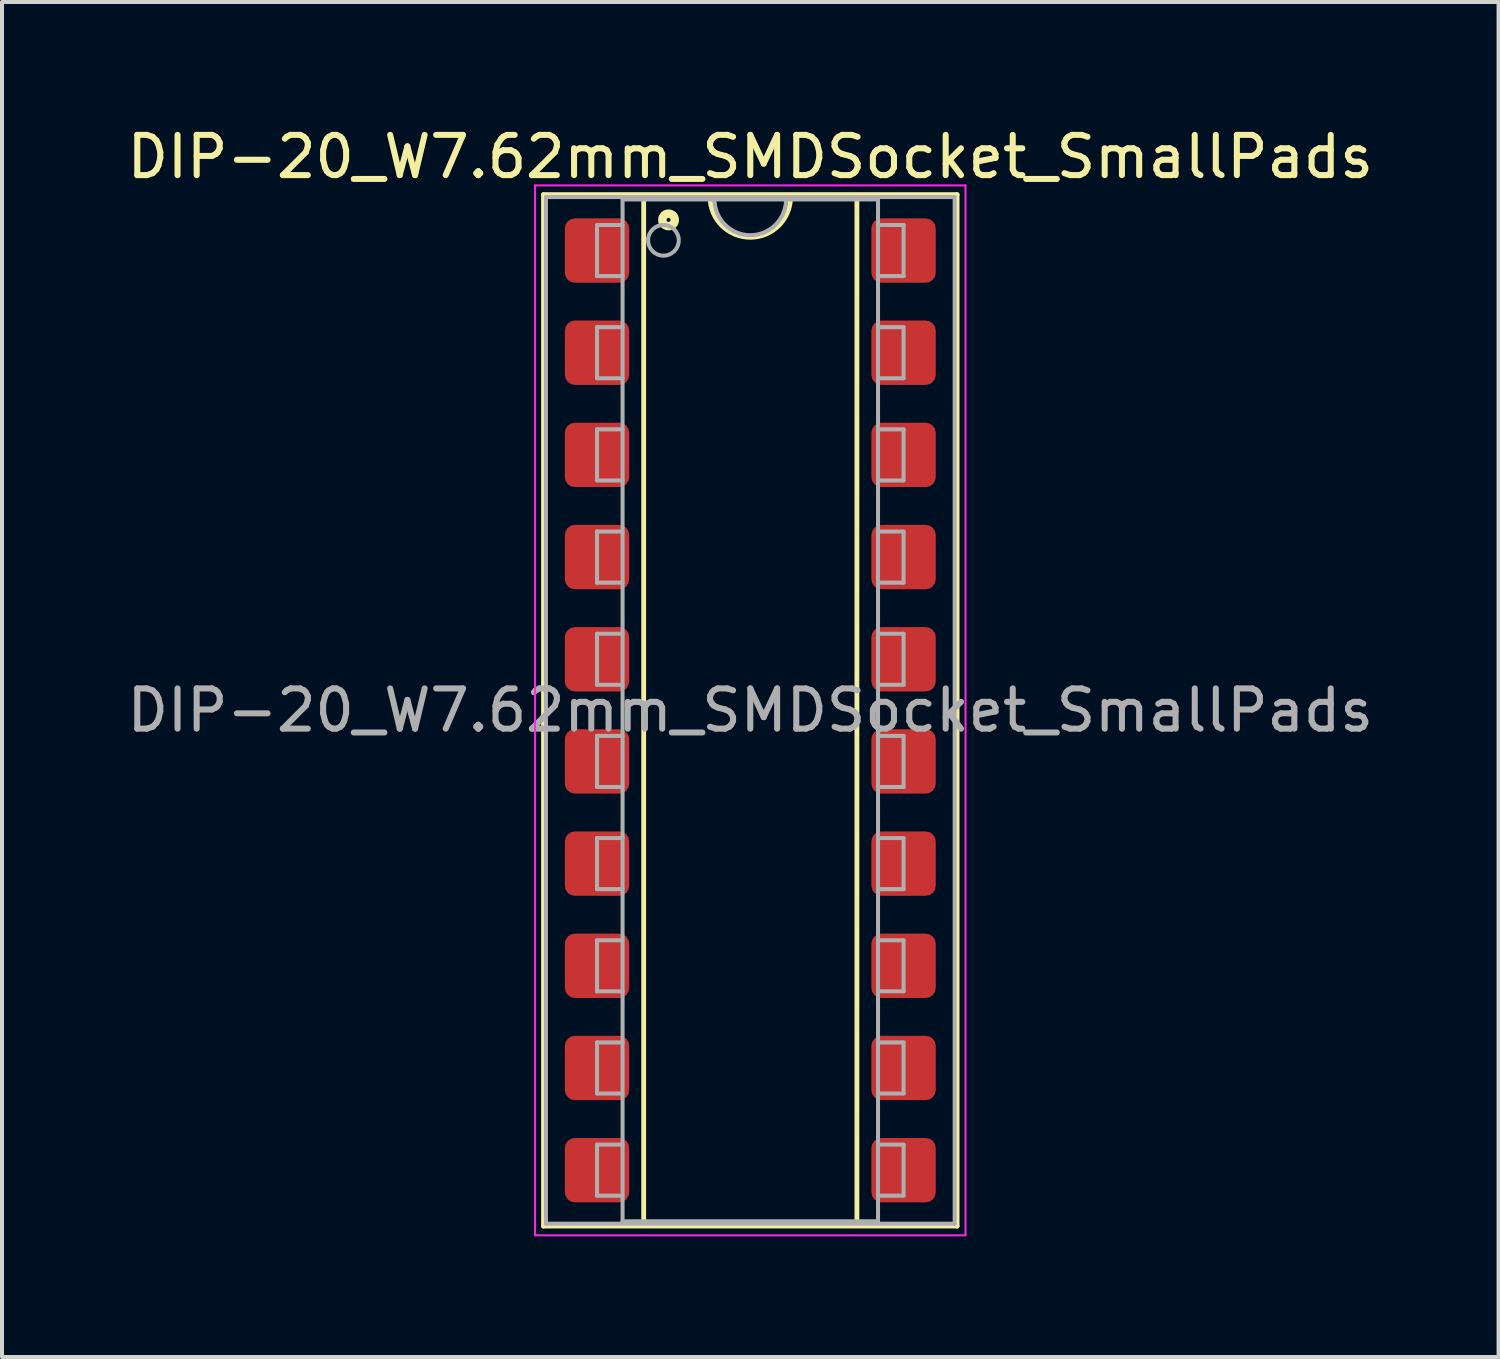
<source format=kicad_pcb>
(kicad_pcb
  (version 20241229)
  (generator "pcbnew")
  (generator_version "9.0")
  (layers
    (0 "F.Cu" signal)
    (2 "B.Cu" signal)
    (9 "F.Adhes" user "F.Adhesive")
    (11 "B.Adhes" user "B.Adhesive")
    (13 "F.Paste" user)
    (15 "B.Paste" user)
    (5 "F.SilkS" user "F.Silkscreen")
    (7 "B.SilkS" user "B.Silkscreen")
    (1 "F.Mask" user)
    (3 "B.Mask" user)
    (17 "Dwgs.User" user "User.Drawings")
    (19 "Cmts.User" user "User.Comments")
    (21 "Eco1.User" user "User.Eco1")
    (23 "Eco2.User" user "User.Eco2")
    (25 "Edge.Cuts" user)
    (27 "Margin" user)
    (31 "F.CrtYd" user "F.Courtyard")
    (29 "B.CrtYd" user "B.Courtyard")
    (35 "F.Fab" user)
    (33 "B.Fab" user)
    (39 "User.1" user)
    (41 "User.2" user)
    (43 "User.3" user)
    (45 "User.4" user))
  (footprint "DIP-20_W7.62mm_SMDSocket_SmallPads"
    (layer "F.Cu")
    (at 15.601 14.608)
    (property "Reference" "DIP-20_W7.62mm_SMDSocket_SmallPads" (at 0 -13.76 0) (layer "F.SilkS") (effects (font (size 1 1) (thickness 0.15))))
    (attr smd)
    (fp_line (start -5.14 -12.82) (end -5.14 12.82) (stroke (width 0.12) (type solid)) (layer "F.SilkS"))
    (fp_line (start -5.14 12.82) (end 5.14 12.82) (stroke (width 0.12) (type solid)) (layer "F.SilkS"))
    (fp_line (start -2.65 -12.76) (end -2.65 12.76) (stroke (width 0.12) (type solid)) (layer "F.SilkS"))
    (fp_line (start -2.65 12.76) (end 2.65 12.76) (stroke (width 0.12) (type solid)) (layer "F.SilkS"))
    (fp_line (start -1 -12.76) (end -2.65 -12.76) (stroke (width 0.12) (type solid)) (layer "F.SilkS"))
    (fp_line (start 2.65 -12.76) (end 1 -12.76) (stroke (width 0.12) (type solid)) (layer "F.SilkS"))
    (fp_line (start 2.65 12.76) (end 2.65 -12.76) (stroke (width 0.12) (type solid)) (layer "F.SilkS"))
    (fp_line (start 5.14 -12.82) (end -5.14 -12.82) (stroke (width 0.12) (type solid)) (layer "F.SilkS"))
    (fp_line (start 5.14 12.82) (end 5.14 -12.82) (stroke (width 0.12) (type solid)) (layer "F.SilkS"))
    (fp_arc (start 1 -12.76) (mid 0 -11.76) (end -1 -12.76) (stroke (width 0.12) (type solid)) (layer "F.SilkS"))
    (fp_circle (center -2.032 -12.192) (end -1.982 -12.192) (stroke (width 0.12) (type solid)) (fill no) (layer "F.SilkS"))
    (fp_circle (center -2.032 -12.192) (end -1.907 -12.192) (stroke (width 0.12) (type solid)) (fill no) (layer "F.SilkS"))
    (fp_circle (center -2.032 -12.192) (end -1.832 -12.192) (stroke (width 0.12) (type solid)) (fill no) (layer "F.SilkS"))
    (fp_line (start -5.35 -13.05) (end -5.35 13.05) (stroke (width 0.05) (type solid)) (layer "F.CrtYd"))
    (fp_line (start -5.35 13.05) (end 5.35 13.05) (stroke (width 0.05) (type solid)) (layer "F.CrtYd"))
    (fp_line (start 5.35 -13.05) (end -5.35 -13.05) (stroke (width 0.05) (type solid)) (layer "F.CrtYd"))
    (fp_line (start 5.35 13.05) (end 5.35 -13.05) (stroke (width 0.05) (type solid)) (layer "F.CrtYd"))
    (fp_line (start -5.08 -12.76) (end -5.08 12.76) (stroke (width 0.1) (type solid)) (layer "F.Fab"))
    (fp_line (start -5.08 12.76) (end 5.08 12.76) (stroke (width 0.1) (type solid)) (layer "F.Fab"))
    (fp_line (start -3.81 -12.065) (end -3.81 -10.795) (stroke (width 0.1) (type solid)) (layer "F.Fab"))
    (fp_line (start -3.81 -12.065) (end -3.175 -12.065) (stroke (width 0.1) (type solid)) (layer "F.Fab"))
    (fp_line (start -3.81 -10.795) (end -3.175 -10.795) (stroke (width 0.1) (type solid)) (layer "F.Fab"))
    (fp_line (start -3.81 -9.525) (end -3.81 -8.255) (stroke (width 0.1) (type solid)) (layer "F.Fab"))
    (fp_line (start -3.81 -9.525) (end -3.175 -9.525) (stroke (width 0.1) (type solid)) (layer "F.Fab"))
    (fp_line (start -3.81 -8.255) (end -3.175 -8.255) (stroke (width 0.1) (type solid)) (layer "F.Fab"))
    (fp_line (start -3.81 -6.985) (end -3.81 -5.715) (stroke (width 0.1) (type solid)) (layer "F.Fab"))
    (fp_line (start -3.81 -6.985) (end -3.175 -6.985) (stroke (width 0.1) (type solid)) (layer "F.Fab"))
    (fp_line (start -3.81 -5.715) (end -3.175 -5.715) (stroke (width 0.1) (type solid)) (layer "F.Fab"))
    (fp_line (start -3.81 -4.445) (end -3.81 -3.175) (stroke (width 0.1) (type solid)) (layer "F.Fab"))
    (fp_line (start -3.81 -4.445) (end -3.175 -4.445) (stroke (width 0.1) (type solid)) (layer "F.Fab"))
    (fp_line (start -3.81 -3.175) (end -3.175 -3.175) (stroke (width 0.1) (type solid)) (layer "F.Fab"))
    (fp_line (start -3.81 -1.905) (end -3.81 -0.635) (stroke (width 0.1) (type solid)) (layer "F.Fab"))
    (fp_line (start -3.81 -1.905) (end -3.175 -1.905) (stroke (width 0.1) (type solid)) (layer "F.Fab"))
    (fp_line (start -3.81 -0.635) (end -3.175 -0.635) (stroke (width 0.1) (type solid)) (layer "F.Fab"))
    (fp_line (start -3.81 0.635) (end -3.81 1.905) (stroke (width 0.1) (type solid)) (layer "F.Fab"))
    (fp_line (start -3.81 0.635) (end -3.175 0.635) (stroke (width 0.1) (type solid)) (layer "F.Fab"))
    (fp_line (start -3.81 1.905) (end -3.175 1.905) (stroke (width 0.1) (type solid)) (layer "F.Fab"))
    (fp_line (start -3.81 3.175) (end -3.81 4.445) (stroke (width 0.1) (type solid)) (layer "F.Fab"))
    (fp_line (start -3.81 3.175) (end -3.175 3.175) (stroke (width 0.1) (type solid)) (layer "F.Fab"))
    (fp_line (start -3.81 4.445) (end -3.175 4.445) (stroke (width 0.1) (type solid)) (layer "F.Fab"))
    (fp_line (start -3.81 5.715) (end -3.81 6.985) (stroke (width 0.1) (type solid)) (layer "F.Fab"))
    (fp_line (start -3.81 5.715) (end -3.175 5.715) (stroke (width 0.1) (type solid)) (layer "F.Fab"))
    (fp_line (start -3.81 6.985) (end -3.175 6.985) (stroke (width 0.1) (type solid)) (layer "F.Fab"))
    (fp_line (start -3.81 8.255) (end -3.81 9.525) (stroke (width 0.1) (type solid)) (layer "F.Fab"))
    (fp_line (start -3.81 8.255) (end -3.175 8.255) (stroke (width 0.1) (type solid)) (layer "F.Fab"))
    (fp_line (start -3.81 9.525) (end -3.175 9.525) (stroke (width 0.1) (type solid)) (layer "F.Fab"))
    (fp_line (start -3.81 10.795) (end -3.81 12.065) (stroke (width 0.1) (type solid)) (layer "F.Fab"))
    (fp_line (start -3.81 10.795) (end -3.175 10.795) (stroke (width 0.1) (type solid)) (layer "F.Fab"))
    (fp_line (start -3.81 12.065) (end -3.175 12.065) (stroke (width 0.1) (type solid)) (layer "F.Fab"))
    (fp_line (start -3.175 -12.7) (end 3.175 -12.7) (stroke (width 0.1) (type solid)) (layer "F.Fab"))
    (fp_line (start -3.175 12.7) (end -3.175 -12.7) (stroke (width 0.1) (type solid)) (layer "F.Fab"))
    (fp_line (start 3.175 -12.7) (end 3.175 12.7) (stroke (width 0.1) (type solid)) (layer "F.Fab"))
    (fp_line (start 3.175 12.7) (end -3.175 12.7) (stroke (width 0.1) (type solid)) (layer "F.Fab"))
    (fp_line (start 3.81 -12.065) (end 3.175 -12.065) (stroke (width 0.1) (type solid)) (layer "F.Fab"))
    (fp_line (start 3.81 -10.795) (end 3.175 -10.795) (stroke (width 0.1) (type solid)) (layer "F.Fab"))
    (fp_line (start 3.81 -10.795) (end 3.81 -12.065) (stroke (width 0.1) (type solid)) (layer "F.Fab"))
    (fp_line (start 3.81 -9.525) (end 3.175 -9.525) (stroke (width 0.1) (type solid)) (layer "F.Fab"))
    (fp_line (start 3.81 -8.255) (end 3.175 -8.255) (stroke (width 0.1) (type solid)) (layer "F.Fab"))
    (fp_line (start 3.81 -8.255) (end 3.81 -9.525) (stroke (width 0.1) (type solid)) (layer "F.Fab"))
    (fp_line (start 3.81 -6.985) (end 3.175 -6.985) (stroke (width 0.1) (type solid)) (layer "F.Fab"))
    (fp_line (start 3.81 -5.715) (end 3.175 -5.715) (stroke (width 0.1) (type solid)) (layer "F.Fab"))
    (fp_line (start 3.81 -5.715) (end 3.81 -6.985) (stroke (width 0.1) (type solid)) (layer "F.Fab"))
    (fp_line (start 3.81 -4.445) (end 3.175 -4.445) (stroke (width 0.1) (type solid)) (layer "F.Fab"))
    (fp_line (start 3.81 -3.175) (end 3.175 -3.175) (stroke (width 0.1) (type solid)) (layer "F.Fab"))
    (fp_line (start 3.81 -3.175) (end 3.81 -4.445) (stroke (width 0.1) (type solid)) (layer "F.Fab"))
    (fp_line (start 3.81 -1.905) (end 3.175 -1.905) (stroke (width 0.1) (type solid)) (layer "F.Fab"))
    (fp_line (start 3.81 -0.635) (end 3.175 -0.635) (stroke (width 0.1) (type solid)) (layer "F.Fab"))
    (fp_line (start 3.81 -0.635) (end 3.81 -1.905) (stroke (width 0.1) (type solid)) (layer "F.Fab"))
    (fp_line (start 3.81 0.635) (end 3.175 0.635) (stroke (width 0.1) (type solid)) (layer "F.Fab"))
    (fp_line (start 3.81 1.905) (end 3.175 1.905) (stroke (width 0.1) (type solid)) (layer "F.Fab"))
    (fp_line (start 3.81 1.905) (end 3.81 0.635) (stroke (width 0.1) (type solid)) (layer "F.Fab"))
    (fp_line (start 3.81 3.175) (end 3.175 3.175) (stroke (width 0.1) (type solid)) (layer "F.Fab"))
    (fp_line (start 3.81 4.445) (end 3.175 4.445) (stroke (width 0.1) (type solid)) (layer "F.Fab"))
    (fp_line (start 3.81 4.445) (end 3.81 3.175) (stroke (width 0.1) (type solid)) (layer "F.Fab"))
    (fp_line (start 3.81 5.715) (end 3.175 5.715) (stroke (width 0.1) (type solid)) (layer "F.Fab"))
    (fp_line (start 3.81 6.985) (end 3.175 6.985) (stroke (width 0.1) (type solid)) (layer "F.Fab"))
    (fp_line (start 3.81 6.985) (end 3.81 5.715) (stroke (width 0.1) (type solid)) (layer "F.Fab"))
    (fp_line (start 3.81 8.255) (end 3.175 8.255) (stroke (width 0.1) (type solid)) (layer "F.Fab"))
    (fp_line (start 3.81 9.525) (end 3.175 9.525) (stroke (width 0.1) (type solid)) (layer "F.Fab"))
    (fp_line (start 3.81 9.525) (end 3.81 8.255) (stroke (width 0.1) (type solid)) (layer "F.Fab"))
    (fp_line (start 3.81 10.795) (end 3.175 10.795) (stroke (width 0.1) (type solid)) (layer "F.Fab"))
    (fp_line (start 3.81 12.065) (end 3.175 12.065) (stroke (width 0.1) (type solid)) (layer "F.Fab"))
    (fp_line (start 3.81 12.065) (end 3.81 10.795) (stroke (width 0.1) (type solid)) (layer "F.Fab"))
    (fp_line (start 5.08 -12.76) (end -5.08 -12.76) (stroke (width 0.1) (type solid)) (layer "F.Fab"))
    (fp_line (start 5.08 12.76) (end 5.08 -12.76) (stroke (width 0.1) (type solid)) (layer "F.Fab"))
    (fp_arc (start 0.889 -12.7) (mid 0 -11.811) (end -0.889 -12.7) (stroke (width 0.1) (type solid)) (layer "F.Fab"))
    (fp_circle (center -2.159 -11.684) (end -1.778 -11.684) (stroke (width 0.1) (type solid)) (fill no) (layer "F.Fab"))
    (fp_text user "${REFERENCE}" (at 0 0 0) (layer "F.Fab") (effects (font (size 1 1) (thickness 0.15))))
    (pad "1" smd roundrect (at -3.81 -11.43) (size 1.6 1.6) (layers "F.Cu" "F.Mask" "F.Paste") (roundrect_rratio 0.156))
    (pad "2" smd roundrect (at -3.81 -8.89) (size 1.6 1.6) (layers "F.Cu" "F.Mask" "F.Paste") (roundrect_rratio 0.156))
    (pad "3" smd roundrect (at -3.81 -6.35) (size 1.6 1.6) (layers "F.Cu" "F.Mask" "F.Paste") (roundrect_rratio 0.156))
    (pad "4" smd roundrect (at -3.81 -3.81) (size 1.6 1.6) (layers "F.Cu" "F.Mask" "F.Paste") (roundrect_rratio 0.156))
    (pad "5" smd roundrect (at -3.81 -1.27) (size 1.6 1.6) (layers "F.Cu" "F.Mask" "F.Paste") (roundrect_rratio 0.156))
    (pad "6" smd roundrect (at -3.81 1.27) (size 1.6 1.6) (layers "F.Cu" "F.Mask" "F.Paste") (roundrect_rratio 0.156))
    (pad "7" smd roundrect (at -3.81 3.81) (size 1.6 1.6) (layers "F.Cu" "F.Mask" "F.Paste") (roundrect_rratio 0.156))
    (pad "8" smd roundrect (at -3.81 6.35) (size 1.6 1.6) (layers "F.Cu" "F.Mask" "F.Paste") (roundrect_rratio 0.156))
    (pad "9" smd roundrect (at -3.81 8.89) (size 1.6 1.6) (layers "F.Cu" "F.Mask" "F.Paste") (roundrect_rratio 0.156))
    (pad "10" smd roundrect (at -3.81 11.43) (size 1.6 1.6) (layers "F.Cu" "F.Mask" "F.Paste") (roundrect_rratio 0.156))
    (pad "11" smd roundrect (at 3.81 11.43) (size 1.6 1.6) (layers "F.Cu" "F.Mask" "F.Paste") (roundrect_rratio 0.156))
    (pad "12" smd roundrect (at 3.81 8.89) (size 1.6 1.6) (layers "F.Cu" "F.Mask" "F.Paste") (roundrect_rratio 0.156))
    (pad "13" smd roundrect (at 3.81 6.35) (size 1.6 1.6) (layers "F.Cu" "F.Mask" "F.Paste") (roundrect_rratio 0.156))
    (pad "14" smd roundrect (at 3.81 3.81) (size 1.6 1.6) (layers "F.Cu" "F.Mask" "F.Paste") (roundrect_rratio 0.156))
    (pad "15" smd roundrect (at 3.81 1.27) (size 1.6 1.6) (layers "F.Cu" "F.Mask" "F.Paste") (roundrect_rratio 0.156))
    (pad "16" smd roundrect (at 3.81 -1.27) (size 1.6 1.6) (layers "F.Cu" "F.Mask" "F.Paste") (roundrect_rratio 0.156))
    (pad "17" smd roundrect (at 3.81 -3.81) (size 1.6 1.6) (layers "F.Cu" "F.Mask" "F.Paste") (roundrect_rratio 0.156))
    (pad "18" smd roundrect (at 3.81 -6.35) (size 1.6 1.6) (layers "F.Cu" "F.Mask" "F.Paste") (roundrect_rratio 0.156))
    (pad "19" smd roundrect (at 3.81 -8.89) (size 1.6 1.6) (layers "F.Cu" "F.Mask" "F.Paste") (roundrect_rratio 0.156))
    (pad "20" smd roundrect (at 3.81 -11.43) (size 1.6 1.6) (layers "F.Cu" "F.Mask" "F.Paste") (roundrect_rratio 0.156)))
  (gr_rect
    (start -3 -3)
    (end 34.202 30.683)
    (stroke (width 0.1) (type default))
    (fill no)
    (layer "Edge.Cuts")))
</source>
